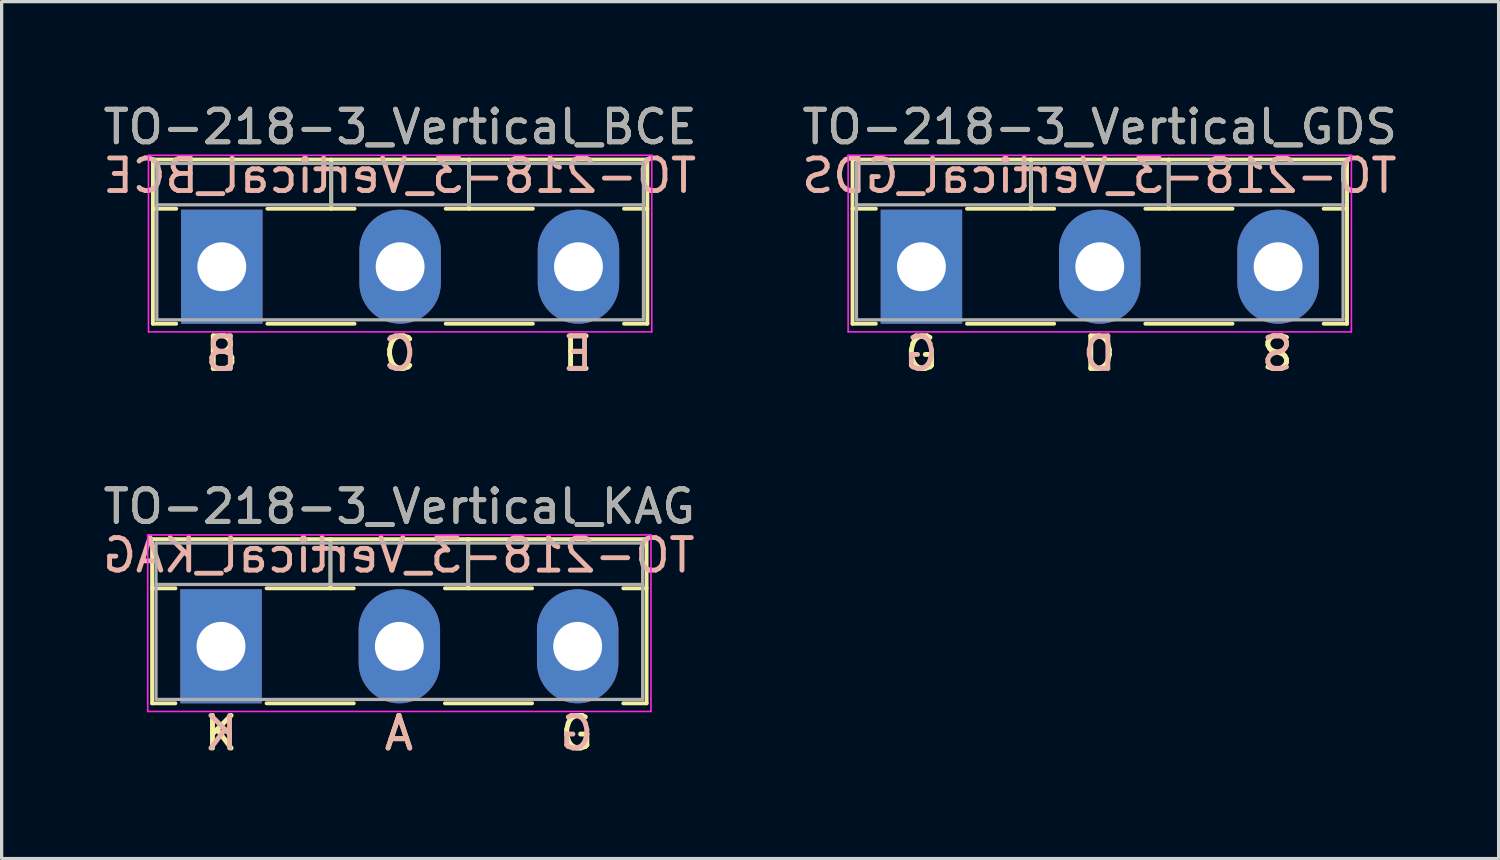
<source format=kicad_pcb>
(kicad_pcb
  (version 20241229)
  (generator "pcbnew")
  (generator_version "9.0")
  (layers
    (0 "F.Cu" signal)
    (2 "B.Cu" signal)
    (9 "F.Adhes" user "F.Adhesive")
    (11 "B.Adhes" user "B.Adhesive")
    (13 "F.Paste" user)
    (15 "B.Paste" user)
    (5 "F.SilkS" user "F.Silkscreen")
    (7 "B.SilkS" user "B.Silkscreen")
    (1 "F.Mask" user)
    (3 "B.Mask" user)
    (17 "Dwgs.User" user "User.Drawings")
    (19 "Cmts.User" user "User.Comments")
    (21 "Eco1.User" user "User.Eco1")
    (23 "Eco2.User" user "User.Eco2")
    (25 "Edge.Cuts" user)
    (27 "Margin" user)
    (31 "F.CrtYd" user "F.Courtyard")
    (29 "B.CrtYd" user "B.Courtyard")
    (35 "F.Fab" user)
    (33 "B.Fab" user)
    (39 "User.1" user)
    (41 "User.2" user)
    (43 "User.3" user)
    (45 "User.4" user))
  (footprint "TO-218-3_Vertical_GDS"
    (layer "F.Cu")
    (at 25.238 5.138)
    (property "Reference" "TO-218-3_Vertical_GDS" (at 5.475 -4.29 0) (layer "F.SilkS") (effects (font (size 1 1) (thickness 0.15))))
    (fp_line (start -2.115 -3.29) (end -2.115 1.75) (stroke (width 0.12) (type solid)) (layer "F.SilkS"))
    (fp_line (start -2.115 -3.29) (end 13.065 -3.29) (stroke (width 0.12) (type solid)) (layer "F.SilkS"))
    (fp_line (start -2.115 -1.78) (end -1.4 -1.78) (stroke (width 0.12) (type solid)) (layer "F.SilkS"))
    (fp_line (start -2.115 1.75) (end -1.4 1.75) (stroke (width 0.12) (type solid)) (layer "F.SilkS"))
    (fp_line (start 1.4 -1.78) (end 4.075 -1.78) (stroke (width 0.12) (type solid)) (layer "F.SilkS"))
    (fp_line (start 1.4 1.75) (end 4.075 1.75) (stroke (width 0.12) (type solid)) (layer "F.SilkS"))
    (fp_line (start 3.36 -3.29) (end 3.36 -1.78) (stroke (width 0.12) (type solid)) (layer "F.SilkS"))
    (fp_line (start 6.875 -1.78) (end 9.55 -1.78) (stroke (width 0.12) (type solid)) (layer "F.SilkS"))
    (fp_line (start 6.875 1.75) (end 9.55 1.75) (stroke (width 0.12) (type solid)) (layer "F.SilkS"))
    (fp_line (start 7.59 -3.29) (end 7.59 -1.78) (stroke (width 0.12) (type solid)) (layer "F.SilkS"))
    (fp_line (start 12.35 -1.78) (end 13.065 -1.78) (stroke (width 0.12) (type solid)) (layer "F.SilkS"))
    (fp_line (start 12.35 1.75) (end 13.065 1.75) (stroke (width 0.12) (type solid)) (layer "F.SilkS"))
    (fp_line (start 13.065 -3.29) (end 13.065 1.75) (stroke (width 0.12) (type solid)) (layer "F.SilkS"))
    (fp_line (start -2.25 -3.42) (end -2.25 2) (stroke (width 0.05) (type solid)) (layer "F.CrtYd"))
    (fp_line (start -2.25 2) (end 13.2 2) (stroke (width 0.05) (type solid)) (layer "F.CrtYd"))
    (fp_line (start 13.2 -3.42) (end -2.25 -3.42) (stroke (width 0.05) (type solid)) (layer "F.CrtYd"))
    (fp_line (start 13.2 2) (end 13.2 -3.42) (stroke (width 0.05) (type solid)) (layer "F.CrtYd"))
    (fp_line (start -1.995 -3.17) (end -1.995 1.63) (stroke (width 0.1) (type solid)) (layer "F.Fab"))
    (fp_line (start -1.995 -1.9) (end 12.945 -1.9) (stroke (width 0.1) (type solid)) (layer "F.Fab"))
    (fp_line (start -1.995 1.63) (end 12.945 1.63) (stroke (width 0.1) (type solid)) (layer "F.Fab"))
    (fp_line (start 3.36 -3.17) (end 3.36 -1.9) (stroke (width 0.1) (type solid)) (layer "F.Fab"))
    (fp_line (start 7.59 -3.17) (end 7.59 -1.9) (stroke (width 0.1) (type solid)) (layer "F.Fab"))
    (fp_line (start 12.945 -3.17) (end -1.995 -3.17) (stroke (width 0.1) (type solid)) (layer "F.Fab"))
    (fp_line (start 12.945 1.63) (end 12.945 -3.17) (stroke (width 0.1) (type solid)) (layer "F.Fab"))
    (fp_text user "D" (at 5.461 2.667 0) (unlocked yes) (layer "F.SilkS") (effects (font (size 1 1) (thickness 0.15))))
    (fp_text user "S" (at 10.922 2.667 0) (unlocked yes) (layer "F.SilkS") (effects (font (size 1 1) (thickness 0.15))))
    (fp_text user "G" (at 0 2.667 0) (unlocked yes) (layer "F.SilkS") (effects (font (size 1 1) (thickness 0.15))))
    (fp_text user "S" (at 10.922 2.667 0) (unlocked yes) (layer "B.SilkS") (effects (font (size 1 1) (thickness 0.15)) (justify mirror)))
    (fp_text user "D" (at 5.461 2.667 0) (unlocked yes) (layer "B.SilkS") (effects (font (size 1 1) (thickness 0.15)) (justify mirror)))
    (fp_text user "${REFERENCE}" (at 5.461 -2.794 0) (layer "B.SilkS") (effects (font (size 1 1) (thickness 0.15)) (justify mirror)))
    (fp_text user "G" (at 0 2.667 0) (unlocked yes) (layer "B.SilkS") (effects (font (size 1 1) (thickness 0.15)) (justify mirror)))
    (fp_text user "${REFERENCE}" (at 5.475 -4.29 0) (layer "F.Fab") (effects (font (size 1 1) (thickness 0.15))))
    (pad "1" thru_hole rect (at 0 0) (size 2.5 3.5) (drill 1.5) (layers "*.Cu" "*.Mask"))
    (pad "2" thru_hole oval (at 5.475 0) (size 2.5 3.5) (drill 1.5) (layers "*.Cu" "*.Mask"))
    (pad "3" thru_hole oval (at 10.95 0) (size 2.5 3.5) (drill 1.5) (layers "*.Cu" "*.Mask")))
  (footprint "TO-218-3_Vertical_KAG"
    (layer "F.Cu")
    (at 3.735 16.792)
    (property "Reference" "TO-218-3_Vertical_KAG" (at 5.475 -4.29 0) (layer "F.SilkS") (effects (font (size 1 1) (thickness 0.15))))
    (fp_line (start -2.115 -3.29) (end -2.115 1.75) (stroke (width 0.12) (type solid)) (layer "F.SilkS"))
    (fp_line (start -2.115 -3.29) (end 13.065 -3.29) (stroke (width 0.12) (type solid)) (layer "F.SilkS"))
    (fp_line (start -2.115 -1.78) (end -1.4 -1.78) (stroke (width 0.12) (type solid)) (layer "F.SilkS"))
    (fp_line (start -2.115 1.75) (end -1.4 1.75) (stroke (width 0.12) (type solid)) (layer "F.SilkS"))
    (fp_line (start 1.4 -1.78) (end 4.075 -1.78) (stroke (width 0.12) (type solid)) (layer "F.SilkS"))
    (fp_line (start 1.4 1.75) (end 4.075 1.75) (stroke (width 0.12) (type solid)) (layer "F.SilkS"))
    (fp_line (start 3.36 -3.29) (end 3.36 -1.78) (stroke (width 0.12) (type solid)) (layer "F.SilkS"))
    (fp_line (start 6.875 -1.78) (end 9.55 -1.78) (stroke (width 0.12) (type solid)) (layer "F.SilkS"))
    (fp_line (start 6.875 1.75) (end 9.55 1.75) (stroke (width 0.12) (type solid)) (layer "F.SilkS"))
    (fp_line (start 7.59 -3.29) (end 7.59 -1.78) (stroke (width 0.12) (type solid)) (layer "F.SilkS"))
    (fp_line (start 12.35 -1.78) (end 13.065 -1.78) (stroke (width 0.12) (type solid)) (layer "F.SilkS"))
    (fp_line (start 12.35 1.75) (end 13.065 1.75) (stroke (width 0.12) (type solid)) (layer "F.SilkS"))
    (fp_line (start 13.065 -3.29) (end 13.065 1.75) (stroke (width 0.12) (type solid)) (layer "F.SilkS"))
    (fp_line (start -2.25 -3.42) (end -2.25 2) (stroke (width 0.05) (type solid)) (layer "F.CrtYd"))
    (fp_line (start -2.25 2) (end 13.2 2) (stroke (width 0.05) (type solid)) (layer "F.CrtYd"))
    (fp_line (start 13.2 -3.42) (end -2.25 -3.42) (stroke (width 0.05) (type solid)) (layer "F.CrtYd"))
    (fp_line (start 13.2 2) (end 13.2 -3.42) (stroke (width 0.05) (type solid)) (layer "F.CrtYd"))
    (fp_line (start -1.995 -3.17) (end -1.995 1.63) (stroke (width 0.1) (type solid)) (layer "F.Fab"))
    (fp_line (start -1.995 -1.9) (end 12.945 -1.9) (stroke (width 0.1) (type solid)) (layer "F.Fab"))
    (fp_line (start -1.995 1.63) (end 12.945 1.63) (stroke (width 0.1) (type solid)) (layer "F.Fab"))
    (fp_line (start 3.36 -3.17) (end 3.36 -1.9) (stroke (width 0.1) (type solid)) (layer "F.Fab"))
    (fp_line (start 7.59 -3.17) (end 7.59 -1.9) (stroke (width 0.1) (type solid)) (layer "F.Fab"))
    (fp_line (start 12.945 -3.17) (end -1.995 -3.17) (stroke (width 0.1) (type solid)) (layer "F.Fab"))
    (fp_line (start 12.945 1.63) (end 12.945 -3.17) (stroke (width 0.1) (type solid)) (layer "F.Fab"))
    (fp_text user "A" (at 5.461 2.667 0) (unlocked yes) (layer "F.SilkS") (effects (font (size 1 1) (thickness 0.15))))
    (fp_text user "K" (at 0 2.667 0) (unlocked yes) (layer "F.SilkS") (effects (font (size 1 1) (thickness 0.15))))
    (fp_text user "G" (at 10.922 2.667 0) (unlocked yes) (layer "F.SilkS") (effects (font (size 1 1) (thickness 0.15))))
    (fp_text user "K" (at 0 2.667 0) (unlocked yes) (layer "B.SilkS") (effects (font (size 1 1) (thickness 0.15)) (justify mirror)))
    (fp_text user "G" (at 10.922 2.667 0) (unlocked yes) (layer "B.SilkS") (effects (font (size 1 1) (thickness 0.15)) (justify mirror)))
    (fp_text user "A" (at 5.461 2.667 0) (unlocked yes) (layer "B.SilkS") (effects (font (size 1 1) (thickness 0.15)) (justify mirror)))
    (fp_text user "${REFERENCE}" (at 5.461 -2.794 0) (layer "B.SilkS") (effects (font (size 1 1) (thickness 0.15)) (justify mirror)))
    (fp_text user "${REFERENCE}" (at 5.475 -4.29 0) (layer "F.Fab") (effects (font (size 1 1) (thickness 0.15))))
    (pad "1" thru_hole rect (at 0 0) (size 2.5 3.5) (drill 1.5) (layers "*.Cu" "*.Mask"))
    (pad "2" thru_hole oval (at 5.475 0) (size 2.5 3.5) (drill 1.5) (layers "*.Cu" "*.Mask"))
    (pad "3" thru_hole oval (at 10.95 0) (size 2.5 3.5) (drill 1.5) (layers "*.Cu" "*.Mask")))
  (footprint "TO-218-3_Vertical_BCE"
    (layer "F.Cu")
    (at 3.759 5.138)
    (property "Reference" "TO-218-3_Vertical_BCE" (at 5.475 -4.29 0) (layer "F.SilkS") (effects (font (size 1 1) (thickness 0.15))))
    (fp_line (start -2.115 -3.29) (end -2.115 1.75) (stroke (width 0.12) (type solid)) (layer "F.SilkS"))
    (fp_line (start -2.115 -3.29) (end 13.065 -3.29) (stroke (width 0.12) (type solid)) (layer "F.SilkS"))
    (fp_line (start -2.115 -1.78) (end -1.4 -1.78) (stroke (width 0.12) (type solid)) (layer "F.SilkS"))
    (fp_line (start -2.115 1.75) (end -1.4 1.75) (stroke (width 0.12) (type solid)) (layer "F.SilkS"))
    (fp_line (start 1.4 -1.78) (end 4.075 -1.78) (stroke (width 0.12) (type solid)) (layer "F.SilkS"))
    (fp_line (start 1.4 1.75) (end 4.075 1.75) (stroke (width 0.12) (type solid)) (layer "F.SilkS"))
    (fp_line (start 3.36 -3.29) (end 3.36 -1.78) (stroke (width 0.12) (type solid)) (layer "F.SilkS"))
    (fp_line (start 6.875 -1.78) (end 9.55 -1.78) (stroke (width 0.12) (type solid)) (layer "F.SilkS"))
    (fp_line (start 6.875 1.75) (end 9.55 1.75) (stroke (width 0.12) (type solid)) (layer "F.SilkS"))
    (fp_line (start 7.59 -3.29) (end 7.59 -1.78) (stroke (width 0.12) (type solid)) (layer "F.SilkS"))
    (fp_line (start 12.35 -1.78) (end 13.065 -1.78) (stroke (width 0.12) (type solid)) (layer "F.SilkS"))
    (fp_line (start 12.35 1.75) (end 13.065 1.75) (stroke (width 0.12) (type solid)) (layer "F.SilkS"))
    (fp_line (start 13.065 -3.29) (end 13.065 1.75) (stroke (width 0.12) (type solid)) (layer "F.SilkS"))
    (fp_line (start -2.25 -3.42) (end -2.25 2) (stroke (width 0.05) (type solid)) (layer "F.CrtYd"))
    (fp_line (start -2.25 2) (end 13.2 2) (stroke (width 0.05) (type solid)) (layer "F.CrtYd"))
    (fp_line (start 13.2 -3.42) (end -2.25 -3.42) (stroke (width 0.05) (type solid)) (layer "F.CrtYd"))
    (fp_line (start 13.2 2) (end 13.2 -3.42) (stroke (width 0.05) (type solid)) (layer "F.CrtYd"))
    (fp_line (start -1.995 -3.17) (end -1.995 1.63) (stroke (width 0.1) (type solid)) (layer "F.Fab"))
    (fp_line (start -1.995 -1.9) (end 12.945 -1.9) (stroke (width 0.1) (type solid)) (layer "F.Fab"))
    (fp_line (start -1.995 1.63) (end 12.945 1.63) (stroke (width 0.1) (type solid)) (layer "F.Fab"))
    (fp_line (start 3.36 -3.17) (end 3.36 -1.9) (stroke (width 0.1) (type solid)) (layer "F.Fab"))
    (fp_line (start 7.59 -3.17) (end 7.59 -1.9) (stroke (width 0.1) (type solid)) (layer "F.Fab"))
    (fp_line (start 12.945 -3.17) (end -1.995 -3.17) (stroke (width 0.1) (type solid)) (layer "F.Fab"))
    (fp_line (start 12.945 1.63) (end 12.945 -3.17) (stroke (width 0.1) (type solid)) (layer "F.Fab"))
    (fp_text user "B" (at 0 2.667 0) (unlocked yes) (layer "F.SilkS") (effects (font (size 1 1) (thickness 0.15))))
    (fp_text user "C" (at 5.461 2.667 0) (unlocked yes) (layer "F.SilkS") (effects (font (size 1 1) (thickness 0.15))))
    (fp_text user "E" (at 10.922 2.667 0) (unlocked yes) (layer "F.SilkS") (effects (font (size 1 1) (thickness 0.15))))
    (fp_text user "C" (at 5.461 2.667 0) (unlocked yes) (layer "B.SilkS") (effects (font (size 1 1) (thickness 0.15)) (justify mirror)))
    (fp_text user "E" (at 10.922 2.667 0) (unlocked yes) (layer "B.SilkS") (effects (font (size 1 1) (thickness 0.15)) (justify mirror)))
    (fp_text user "${REFERENCE}" (at 5.461 -2.794 0) (layer "B.SilkS") (effects (font (size 1 1) (thickness 0.15)) (justify mirror)))
    (fp_text user "B" (at 0 2.667 0) (unlocked yes) (layer "B.SilkS") (effects (font (size 1 1) (thickness 0.15)) (justify mirror)))
    (fp_text user "${REFERENCE}" (at 5.475 -4.29 0) (layer "F.Fab") (effects (font (size 1 1) (thickness 0.15))))
    (pad "1" thru_hole rect (at 0 0) (size 2.5 3.5) (drill 1.5) (layers "*.Cu" "*.Mask"))
    (pad "2" thru_hole oval (at 5.475 0) (size 2.5 3.5) (drill 1.5) (layers "*.Cu" "*.Mask"))
    (pad "3" thru_hole oval (at 10.95 0) (size 2.5 3.5) (drill 1.5) (layers "*.Cu" "*.Mask")))
  (gr_rect
    (start -3 -3)
    (end 42.957 23.307)
    (stroke (width 0.1) (type default))
    (fill no)
    (layer "Edge.Cuts")))
</source>
